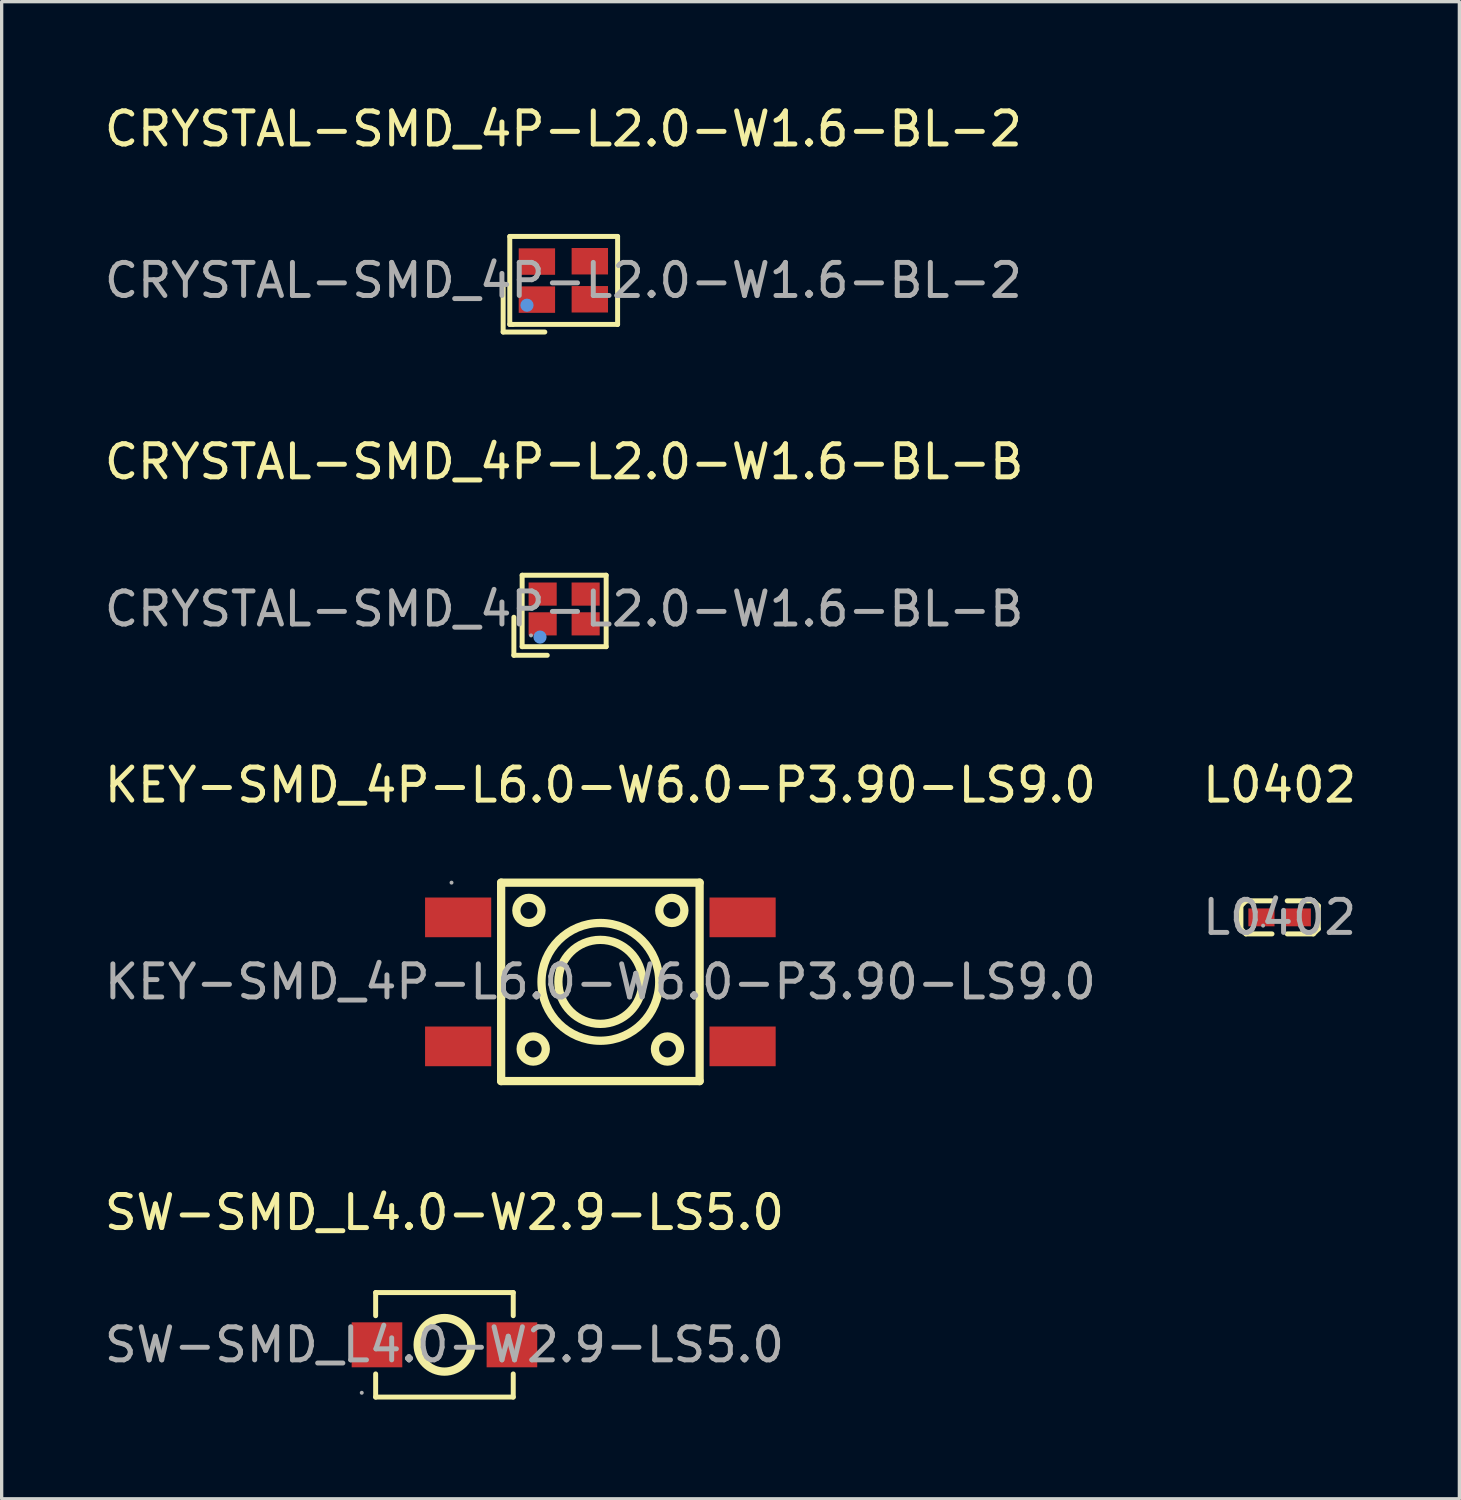
<source format=kicad_pcb>
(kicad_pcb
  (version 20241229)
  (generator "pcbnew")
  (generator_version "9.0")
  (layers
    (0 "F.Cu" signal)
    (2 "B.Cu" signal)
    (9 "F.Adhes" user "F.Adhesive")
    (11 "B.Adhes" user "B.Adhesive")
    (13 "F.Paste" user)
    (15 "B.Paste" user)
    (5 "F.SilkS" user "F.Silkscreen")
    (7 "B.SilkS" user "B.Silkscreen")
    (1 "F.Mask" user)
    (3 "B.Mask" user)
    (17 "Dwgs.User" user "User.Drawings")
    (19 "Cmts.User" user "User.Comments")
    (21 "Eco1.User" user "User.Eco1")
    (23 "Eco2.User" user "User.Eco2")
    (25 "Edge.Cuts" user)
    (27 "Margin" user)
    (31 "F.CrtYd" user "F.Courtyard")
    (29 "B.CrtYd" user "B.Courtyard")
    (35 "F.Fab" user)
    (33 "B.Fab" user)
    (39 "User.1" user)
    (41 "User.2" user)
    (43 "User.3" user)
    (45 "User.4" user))
  (footprint "KEY-SMD_4P-L6.0-W6.0-P3.90-LS9.0"
    (layer "F.Cu")
    (at 15.101 26.635)
    (property "Reference" "KEY-SMD_4P-L6.0-W6.0-P3.90-LS9.0" (at 0 -5.95 0) (layer "F.SilkS") (effects (font (size 1 1) (thickness 0.15))))
    (attr smd)
    (fp_line (start -3 -3) (end 3 -3) (stroke (width 0.25) (type solid)) (layer "F.SilkS"))
    (fp_line (start -3 3) (end -3 -3) (stroke (width 0.25) (type solid)) (layer "F.SilkS"))
    (fp_line (start 3 -3) (end 3 3) (stroke (width 0.25) (type solid)) (layer "F.SilkS"))
    (fp_line (start 3 3) (end -3 3) (stroke (width 0.25) (type solid)) (layer "F.SilkS"))
    (fp_circle (center -2.16 -2.16) (end -1.78 -2.16) (stroke (width 0.25) (type solid)) (fill no) (layer "F.SilkS"))
    (fp_circle (center -2.03 2.03) (end -1.65 2.03) (stroke (width 0.25) (type solid)) (fill no) (layer "F.SilkS"))
    (fp_circle (center 0 0) (end 1.27 0) (stroke (width 0.25) (type solid)) (fill no) (layer "F.SilkS"))
    (fp_circle (center 0 0) (end 1.78 0) (stroke (width 0.25) (type solid)) (fill no) (layer "F.SilkS"))
    (fp_circle (center 2.03 2.03) (end 2.41 2.03) (stroke (width 0.25) (type solid)) (fill no) (layer "F.SilkS"))
    (fp_circle (center 2.16 -2.16) (end 2.54 -2.16) (stroke (width 0.25) (type solid)) (fill no) (layer "F.SilkS"))
    (fp_circle (center -4.5 -3) (end -4.47 -3) (stroke (width 0.06) (type solid)) (fill no) (layer "F.Fab"))
    (fp_text user "${REFERENCE}" (at 0 0 0) (layer "F.Fab") (effects (font (size 1 1) (thickness 0.15))))
    (pad "1" smd rect (at -4.3 -1.95) (size 2 1.2) (layers "F.Cu" "F.Mask" "F.Paste"))
    (pad "2" smd rect (at 4.3 -1.95) (size 2 1.2) (layers "F.Cu" "F.Mask" "F.Paste"))
    (pad "3" smd rect (at -4.3 1.95) (size 2 1.2) (layers "F.Cu" "F.Mask" "F.Paste"))
    (pad "4" smd rect (at 4.3 1.95) (size 2 1.2) (layers "F.Cu" "F.Mask" "F.Paste")))
  (footprint "SW-SMD_L4.0-W2.9-LS5.0"
    (layer "F.Cu")
    (at 10.387 37.608)
    (property "Reference" "SW-SMD_L4.0-W2.9-LS5.0" (at 0 -4 0) (layer "F.SilkS") (effects (font (size 1 1) (thickness 0.15))))
    (attr smd)
    (fp_line (start -2.08 -1.58) (end -2.08 -0.88) (stroke (width 0.15) (type solid)) (layer "F.SilkS"))
    (fp_line (start -2.08 1.58) (end -2.08 0.88) (stroke (width 0.15) (type solid)) (layer "F.SilkS"))
    (fp_line (start 2.08 -1.58) (end -2.08 -1.58) (stroke (width 0.15) (type solid)) (layer "F.SilkS"))
    (fp_line (start 2.08 -1.58) (end 2.08 -0.88) (stroke (width 0.15) (type solid)) (layer "F.SilkS"))
    (fp_line (start 2.08 1.58) (end -2.08 1.58) (stroke (width 0.15) (type solid)) (layer "F.SilkS"))
    (fp_line (start 2.08 1.58) (end 2.08 0.88) (stroke (width 0.15) (type solid)) (layer "F.SilkS"))
    (fp_circle (center 0 0) (end 0.81 0) (stroke (width 0.25) (type solid)) (fill no) (layer "F.SilkS"))
    (fp_circle (center -2.5 1.45) (end -2.47 1.45) (stroke (width 0.06) (type solid)) (fill no) (layer "F.Fab"))
    (fp_text user "${REFERENCE}" (at 0 0 0) (layer "F.Fab") (effects (font (size 1 1) (thickness 0.15))))
    (pad "1" smd rect (at -2.04 0) (size 1.53 1.36) (layers "F.Cu" "F.Mask" "F.Paste"))
    (pad "2" smd rect (at 2.04 0) (size 1.53 1.36) (layers "F.Cu" "F.Mask" "F.Paste")))
  (footprint "L0402"
    (layer "F.Cu")
    (at 35.637 24.685)
    (property "Reference" "L0402" (at 0 -4 0) (layer "F.SilkS") (effects (font (size 1 1) (thickness 0.15))))
    (attr smd)
    (fp_line (start -1.17 -0.35) (end -1.02 -0.5) (stroke (width 0.15) (type solid)) (layer "F.SilkS"))
    (fp_line (start -1.17 0.35) (end -1.17 -0.35) (stroke (width 0.15) (type solid)) (layer "F.SilkS"))
    (fp_line (start -1.02 -0.5) (end -0.23 -0.5) (stroke (width 0.15) (type solid)) (layer "F.SilkS"))
    (fp_line (start -1.02 0.5) (end -1.17 0.35) (stroke (width 0.15) (type solid)) (layer "F.SilkS"))
    (fp_line (start -0.23 0.5) (end -1.02 0.5) (stroke (width 0.15) (type solid)) (layer "F.SilkS"))
    (fp_line (start 0.23 0.5) (end 1.02 0.5) (stroke (width 0.15) (type solid)) (layer "F.SilkS"))
    (fp_line (start 1.02 -0.5) (end 0.23 -0.5) (stroke (width 0.15) (type solid)) (layer "F.SilkS"))
    (fp_line (start 1.02 0.5) (end 1.17 0.35) (stroke (width 0.15) (type solid)) (layer "F.SilkS"))
    (fp_line (start 1.17 -0.35) (end 1.02 -0.5) (stroke (width 0.15) (type solid)) (layer "F.SilkS"))
    (fp_line (start 1.17 0.35) (end 1.17 -0.35) (stroke (width 0.15) (type solid)) (layer "F.SilkS"))
    (fp_circle (center -0.5 0.25) (end -0.47 0.25) (stroke (width 0.06) (type solid)) (fill no) (layer "F.Fab"))
    (fp_text user "${REFERENCE}" (at 0 0 0) (layer "F.Fab") (effects (font (size 1 1) (thickness 0.15))))
    (pad "1" smd rect (at -0.55 0) (size 0.79 0.54) (layers "F.Cu" "F.Mask" "F.Paste"))
    (pad "2" smd rect (at 0.55 0) (size 0.79 0.54) (layers "F.Cu" "F.Mask" "F.Paste")))
  (footprint "CRYSTAL-SMD_4P-L2.0-W1.6-BL-2"
    (layer "F.Cu")
    (at 13.982 5.428)
    (property "Reference" "CRYSTAL-SMD_4P-L2.0-W1.6-BL-2" (at 0 -4.58 0) (layer "F.SilkS") (effects (font (size 1 1) (thickness 0.15))))
    (attr smd)
    (fp_line (start -1.82 0.1) (end -1.82 1.56) (stroke (width 0.15) (type solid)) (layer "F.SilkS"))
    (fp_line (start -1.82 1.56) (end -0.56 1.56) (stroke (width 0.15) (type solid)) (layer "F.SilkS"))
    (fp_line (start -1.62 -1.33) (end 1.64 -1.33) (stroke (width 0.15) (type solid)) (layer "F.SilkS"))
    (fp_line (start -1.62 1.33) (end -1.62 -1.33) (stroke (width 0.15) (type solid)) (layer "F.SilkS"))
    (fp_line (start -1.53 1.33) (end -1.62 1.33) (stroke (width 0.15) (type solid)) (layer "F.SilkS"))
    (fp_line (start 1.64 -1.33) (end 1.64 1.33) (stroke (width 0.15) (type solid)) (layer "F.SilkS"))
    (fp_line (start 1.64 1.33) (end -1.53 1.33) (stroke (width 0.15) (type solid)) (layer "F.SilkS"))
    (fp_circle (center -1.1 0.75) (end -1 0.75) (stroke (width 0.2) (type solid)) (fill no) (layer "Cmts.User"))
    (fp_circle (center -1 0.8) (end -0.97 0.8) (stroke (width 0.06) (type solid)) (fill no) (layer "F.Fab"))
    (fp_text user "${REFERENCE}" (at 0 0 0) (layer "F.Fab") (effects (font (size 1 1) (thickness 0.15))))
    (pad "1" smd rect (at -0.8 0.58) (size 1.1 0.8) (layers "F.Cu" "F.Mask" "F.Paste"))
    (pad "2" smd rect (at 0.8 0.57) (size 1.1 0.8) (layers "F.Cu" "F.Mask" "F.Paste"))
    (pad "3" smd rect (at 0.8 -0.58) (size 1.1 0.8) (layers "F.Cu" "F.Mask" "F.Paste"))
    (pad "4" smd rect (at -0.8 -0.57) (size 1.1 0.8) (layers "F.Cu" "F.Mask" "F.Paste")))
  (footprint "CRYSTAL-SMD_4P-L2.0-W1.6-BL-B"
    (layer "F.Cu")
    (at 14.006 15.361)
    (property "Reference" "CRYSTAL-SMD_4P-L2.0-W1.6-BL-B" (at 0 -4.45 0) (layer "F.SilkS") (effects (font (size 1 1) (thickness 0.15))))
    (attr smd)
    (fp_line (start -1.52 0.25) (end -1.52 1.4) (stroke (width 0.15) (type solid)) (layer "F.SilkS"))
    (fp_line (start -1.52 1.4) (end -0.51 1.4) (stroke (width 0.15) (type solid)) (layer "F.SilkS"))
    (fp_line (start -1.27 -1.02) (end -1.27 1.14) (stroke (width 0.15) (type solid)) (layer "F.SilkS"))
    (fp_line (start -1.27 1.14) (end 1.27 1.14) (stroke (width 0.15) (type solid)) (layer "F.SilkS"))
    (fp_line (start 1.27 -1.02) (end -1.27 -1.02) (stroke (width 0.15) (type solid)) (layer "F.SilkS"))
    (fp_line (start 1.27 1.14) (end 1.27 -1.02) (stroke (width 0.15) (type solid)) (layer "F.SilkS"))
    (fp_circle (center -0.73 0.85) (end -0.63 0.85) (stroke (width 0.2) (type solid)) (fill no) (layer "Cmts.User"))
    (fp_circle (center -1 0.8) (end -0.97 0.8) (stroke (width 0.06) (type solid)) (fill no) (layer "F.Fab"))
    (fp_text user "${REFERENCE}" (at 0 0 0) (layer "F.Fab") (effects (font (size 1 1) (thickness 0.15))))
    (pad "1" smd rect (at -0.65 0.45) (size 0.85 0.7) (layers "F.Cu" "F.Mask" "F.Paste"))
    (pad "2" smd rect (at 0.65 0.45) (size 0.85 0.7) (layers "F.Cu" "F.Mask" "F.Paste"))
    (pad "3" smd rect (at 0.65 -0.45) (size 0.85 0.7) (layers "F.Cu" "F.Mask" "F.Paste"))
    (pad "4" smd rect (at -0.65 -0.45) (size 0.85 0.7) (layers "F.Cu" "F.Mask" "F.Paste")))
  (gr_rect
    (start -3 -3)
    (end 41.071 42.263)
    (stroke (width 0.1) (type default))
    (fill no)
    (layer "Edge.Cuts")))
</source>
